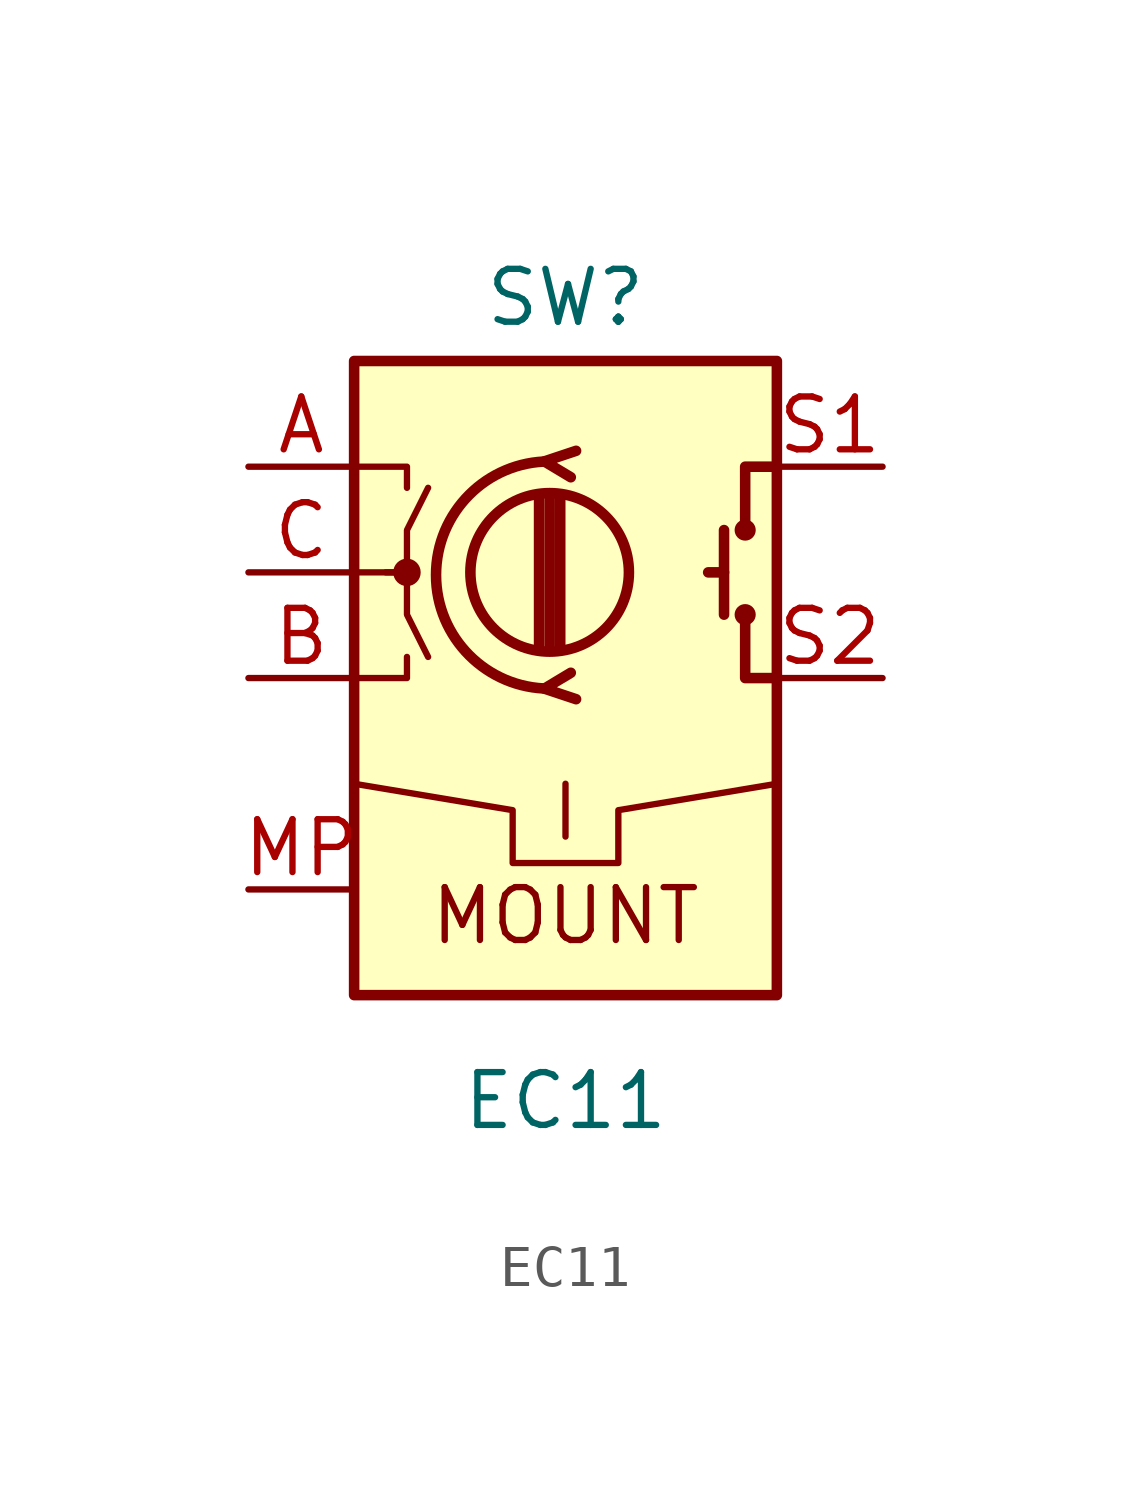
<source format=kicad_sym>
(kicad_symbol_lib
  (version 20220914)
  (generator kicad_symbol_editor)
  (symbol "EC11"
    (pin_names
      (offset 0.254) hide)
    (property "Reference" "SW"
      (at 0 6.604 0)
      (effects (font (size 1.27 1.27))))
    (property "Value" "EC11"
      (at 0 -12.7 0)
      (effects (font (size 1.27 1.27))))
    (symbol "EC11_0_1"
      (rectangle (start -5.08 5.08) (end 5.08 -10.16) (stroke (width 0.254) (type default)) (fill (type background)))
      (circle (center -3.81 0) (radius 0.254) (stroke (width 0) (type default)) (fill (type outline)))
      (circle (center -0.381 0) (radius 1.905) (stroke (width 0.254) (type default)) (fill (type none)))
      (arc (start -0.381 2.667) (mid -3.0988 -0.0635) (end -0.381 -2.794) (stroke (width 0.254) (type default)) (fill (type none)))
      (polyline (pts (xy -0.635 -1.778) (xy -0.635 1.778)) (stroke (width 0.254) (type default)) (fill (type none)))
      (polyline (pts (xy -0.381 -1.778) (xy -0.381 1.778)) (stroke (width 0.254) (type default)) (fill (type none)))
      (polyline (pts (xy -0.127 1.778) (xy -0.127 -1.778)) (stroke (width 0.254) (type default)) (fill (type none)))
      (polyline (pts (xy 0 -5.08) (xy 0 -6.35)) (stroke (width 0) (type default)) (fill (type none)))
      (polyline (pts (xy 3.81 0) (xy 3.429 0)) (stroke (width 0.254) (type default)) (fill (type none)))
      (polyline (pts (xy 3.81 1.016) (xy 3.81 -1.016)) (stroke (width 0.254) (type default)) (fill (type none)))
      (polyline (pts (xy -5.08 -2.54) (xy -3.81 -2.54) (xy -3.81 -2.032)) (stroke (width 0) (type default)) (fill (type none)))
      (polyline (pts (xy -5.08 2.54) (xy -3.81 2.54) (xy -3.81 2.032)) (stroke (width 0) (type default)) (fill (type none)))
      (polyline (pts (xy 0.254 -3.048) (xy -0.508 -2.794) (xy 0.127 -2.413)) (stroke (width 0.254) (type default)) (fill (type none)))
      (polyline (pts (xy 0.254 2.921) (xy -0.508 2.667) (xy 0.127 2.286)) (stroke (width 0.254) (type default)) (fill (type none)))
      (polyline (pts (xy 5.08 -2.54) (xy 4.318 -2.54) (xy 4.318 -1.016)) (stroke (width 0.254) (type default)) (fill (type none)))
      (polyline (pts (xy 5.08 2.54) (xy 4.318 2.54) (xy 4.318 1.016)) (stroke (width 0.254) (type default)) (fill (type none)))
      (polyline (pts (xy -5.08 0) (xy -3.81 0) (xy -3.81 -1.016) (xy -3.302 -2.032)) (stroke (width 0) (type default)) (fill (type none)))
      (polyline (pts (xy -4.318 0) (xy -3.81 0) (xy -3.81 1.016) (xy -3.302 2.032)) (stroke (width 0) (type default)) (fill (type none)))
      (polyline (pts (xy -5.08 -5.08) (xy -1.27 -5.715) (xy -1.27 -6.985) (xy 1.27 -6.985) (xy 1.27 -5.715) (xy 5.08 -5.08)) (stroke (width 0) (type default)) (fill (type none)))
      (circle (center 4.318 -1.016) (radius 0.127) (stroke (width 0.254) (type default)) (fill (type none)))
      (circle (center 4.318 1.016) (radius 0.127) (stroke (width 0.254) (type default)) (fill (type none))))
    (symbol "EC11_1_1"
      (text "MOUNT" (at 0 -8.255 0) (effects (font (size 1.27 1.27))))
      (pin passive line (at -7.62 2.54 0) (length 2.54) (name "A" (effects (font (size 1.27 1.27)))) (number "A" (effects (font (size 1.27 1.27)))))
      (pin passive line (at -7.62 -2.54 0) (length 2.54) (name "B" (effects (font (size 1.27 1.27)))) (number "B" (effects (font (size 1.27 1.27)))))
      (pin passive line (at -7.62 0 0) (length 2.54) (name "C" (effects (font (size 1.27 1.27)))) (number "C" (effects (font (size 1.27 1.27)))))
      (pin passive line (at -7.62 -7.62 0) (length 2.54) (name "MP" (effects (font (size 1.27 1.27)))) (number "MP" (effects (font (size 1.27 1.27)))))
      (pin passive line (at 7.62 2.54 180) (length 2.54) (name "S1" (effects (font (size 1.27 1.27)))) (number "S1" (effects (font (size 1.27 1.27)))))
      (pin passive line (at 7.62 -2.54 180) (length 2.54) (name "S2" (effects (font (size 1.27 1.27)))) (number "S2" (effects (font (size 1.27 1.27))))))))
</source>
